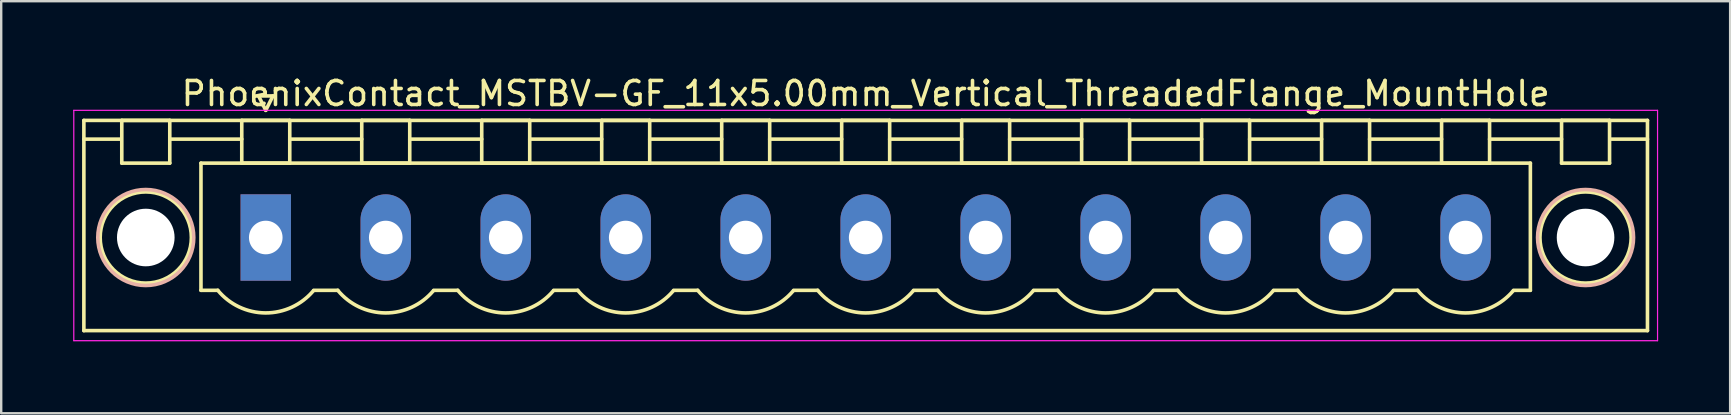
<source format=kicad_pcb>
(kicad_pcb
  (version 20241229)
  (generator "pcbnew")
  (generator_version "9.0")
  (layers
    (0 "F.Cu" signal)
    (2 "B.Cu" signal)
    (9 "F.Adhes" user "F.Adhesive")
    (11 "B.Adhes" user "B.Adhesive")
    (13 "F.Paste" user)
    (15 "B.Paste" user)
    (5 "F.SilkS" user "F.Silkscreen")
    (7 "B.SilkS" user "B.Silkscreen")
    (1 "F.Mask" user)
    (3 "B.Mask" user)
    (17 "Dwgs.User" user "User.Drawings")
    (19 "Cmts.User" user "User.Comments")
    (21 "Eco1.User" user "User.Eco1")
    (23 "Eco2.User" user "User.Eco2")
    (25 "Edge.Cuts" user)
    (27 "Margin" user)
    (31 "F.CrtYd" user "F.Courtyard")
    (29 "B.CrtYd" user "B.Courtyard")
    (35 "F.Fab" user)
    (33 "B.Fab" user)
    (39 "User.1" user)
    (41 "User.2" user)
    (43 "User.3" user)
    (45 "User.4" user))
  (footprint "PhoenixContact_MSTBV-GF_11x5.00mm_Vertical_ThreadedFlange_MountHole"
    (layer "F.Cu")
    (at 8.025 6.848)
    (property "Reference" "PhoenixContact_MSTBV-GF_11x5.00mm_Vertical_ThreadedFlange_MountHole" (at 25 -6 0) (layer "F.SilkS") (effects (font (size 1 1) (thickness 0.15))))
    (attr through_hole)
    (fp_line (start -7.58 -4.88) (end -7.58 3.88) (stroke (width 0.15) (type solid)) (layer "F.SilkS"))
    (fp_line (start -7.58 -4.1) (end -6.08 -4.1) (stroke (width 0.15) (type solid)) (layer "F.SilkS"))
    (fp_line (start -7.58 3.88) (end 57.58 3.88) (stroke (width 0.15) (type solid)) (layer "F.SilkS"))
    (fp_line (start -6 -4.88) (end -4 -4.88) (stroke (width 0.15) (type solid)) (layer "F.SilkS"))
    (fp_line (start -6 -3.1) (end -6 -4.88) (stroke (width 0.15) (type solid)) (layer "F.SilkS"))
    (fp_line (start -4 -4.88) (end -4 -3.1) (stroke (width 0.15) (type solid)) (layer "F.SilkS"))
    (fp_line (start -4 -4.1) (end -1 -4.1) (stroke (width 0.15) (type solid)) (layer "F.SilkS"))
    (fp_line (start -4 -3.1) (end -6 -3.1) (stroke (width 0.15) (type solid)) (layer "F.SilkS"))
    (fp_line (start -2.7 -3.1) (end 52.7 -3.1) (stroke (width 0.15) (type solid)) (layer "F.SilkS"))
    (fp_line (start -2.7 2.2) (end -2.7 -3.1) (stroke (width 0.15) (type solid)) (layer "F.SilkS"))
    (fp_line (start -2 2.2) (end -2.7 2.2) (stroke (width 0.15) (type solid)) (layer "F.SilkS"))
    (fp_line (start -1 -4.88) (end 1 -4.88) (stroke (width 0.15) (type solid)) (layer "F.SilkS"))
    (fp_line (start -1 -3.1) (end -1 -4.88) (stroke (width 0.15) (type solid)) (layer "F.SilkS"))
    (fp_line (start -0.3 -5.9) (end 0 -5.3) (stroke (width 0.15) (type solid)) (layer "F.SilkS"))
    (fp_line (start 0 -5.3) (end 0.3 -5.9) (stroke (width 0.15) (type solid)) (layer "F.SilkS"))
    (fp_line (start 0.3 -5.9) (end -0.3 -5.9) (stroke (width 0.15) (type solid)) (layer "F.SilkS"))
    (fp_line (start 1 -4.88) (end 1 -3.1) (stroke (width 0.15) (type solid)) (layer "F.SilkS"))
    (fp_line (start 1 -4.1) (end 4 -4.1) (stroke (width 0.15) (type solid)) (layer "F.SilkS"))
    (fp_line (start 1 -3.1) (end -1 -3.1) (stroke (width 0.15) (type solid)) (layer "F.SilkS"))
    (fp_line (start 2 2.2) (end 3 2.2) (stroke (width 0.15) (type solid)) (layer "F.SilkS"))
    (fp_line (start 4 -4.88) (end 6 -4.88) (stroke (width 0.15) (type solid)) (layer "F.SilkS"))
    (fp_line (start 4 -3.1) (end 4 -4.88) (stroke (width 0.15) (type solid)) (layer "F.SilkS"))
    (fp_line (start 6 -4.88) (end 6 -3.1) (stroke (width 0.15) (type solid)) (layer "F.SilkS"))
    (fp_line (start 6 -4.1) (end 9 -4.1) (stroke (width 0.15) (type solid)) (layer "F.SilkS"))
    (fp_line (start 6 -3.1) (end 4 -3.1) (stroke (width 0.15) (type solid)) (layer "F.SilkS"))
    (fp_line (start 7 2.2) (end 8 2.2) (stroke (width 0.15) (type solid)) (layer "F.SilkS"))
    (fp_line (start 9 -4.88) (end 11 -4.88) (stroke (width 0.15) (type solid)) (layer "F.SilkS"))
    (fp_line (start 9 -3.1) (end 9 -4.88) (stroke (width 0.15) (type solid)) (layer "F.SilkS"))
    (fp_line (start 11 -4.88) (end 11 -3.1) (stroke (width 0.15) (type solid)) (layer "F.SilkS"))
    (fp_line (start 11 -4.1) (end 14 -4.1) (stroke (width 0.15) (type solid)) (layer "F.SilkS"))
    (fp_line (start 11 -3.1) (end 9 -3.1) (stroke (width 0.15) (type solid)) (layer "F.SilkS"))
    (fp_line (start 12 2.2) (end 13 2.2) (stroke (width 0.15) (type solid)) (layer "F.SilkS"))
    (fp_line (start 14 -4.88) (end 16 -4.88) (stroke (width 0.15) (type solid)) (layer "F.SilkS"))
    (fp_line (start 14 -3.1) (end 14 -4.88) (stroke (width 0.15) (type solid)) (layer "F.SilkS"))
    (fp_line (start 16 -4.88) (end 16 -3.1) (stroke (width 0.15) (type solid)) (layer "F.SilkS"))
    (fp_line (start 16 -4.1) (end 19 -4.1) (stroke (width 0.15) (type solid)) (layer "F.SilkS"))
    (fp_line (start 16 -3.1) (end 14 -3.1) (stroke (width 0.15) (type solid)) (layer "F.SilkS"))
    (fp_line (start 17 2.2) (end 18 2.2) (stroke (width 0.15) (type solid)) (layer "F.SilkS"))
    (fp_line (start 19 -4.88) (end 21 -4.88) (stroke (width 0.15) (type solid)) (layer "F.SilkS"))
    (fp_line (start 19 -3.1) (end 19 -4.88) (stroke (width 0.15) (type solid)) (layer "F.SilkS"))
    (fp_line (start 21 -4.88) (end 21 -3.1) (stroke (width 0.15) (type solid)) (layer "F.SilkS"))
    (fp_line (start 21 -4.1) (end 24 -4.1) (stroke (width 0.15) (type solid)) (layer "F.SilkS"))
    (fp_line (start 21 -3.1) (end 19 -3.1) (stroke (width 0.15) (type solid)) (layer "F.SilkS"))
    (fp_line (start 22 2.2) (end 23 2.2) (stroke (width 0.15) (type solid)) (layer "F.SilkS"))
    (fp_line (start 24 -4.88) (end 26 -4.88) (stroke (width 0.15) (type solid)) (layer "F.SilkS"))
    (fp_line (start 24 -3.1) (end 24 -4.88) (stroke (width 0.15) (type solid)) (layer "F.SilkS"))
    (fp_line (start 26 -4.88) (end 26 -3.1) (stroke (width 0.15) (type solid)) (layer "F.SilkS"))
    (fp_line (start 26 -4.1) (end 29 -4.1) (stroke (width 0.15) (type solid)) (layer "F.SilkS"))
    (fp_line (start 26 -3.1) (end 24 -3.1) (stroke (width 0.15) (type solid)) (layer "F.SilkS"))
    (fp_line (start 27 2.2) (end 28 2.2) (stroke (width 0.15) (type solid)) (layer "F.SilkS"))
    (fp_line (start 29 -4.88) (end 31 -4.88) (stroke (width 0.15) (type solid)) (layer "F.SilkS"))
    (fp_line (start 29 -3.1) (end 29 -4.88) (stroke (width 0.15) (type solid)) (layer "F.SilkS"))
    (fp_line (start 31 -4.88) (end 31 -3.1) (stroke (width 0.15) (type solid)) (layer "F.SilkS"))
    (fp_line (start 31 -4.1) (end 34 -4.1) (stroke (width 0.15) (type solid)) (layer "F.SilkS"))
    (fp_line (start 31 -3.1) (end 29 -3.1) (stroke (width 0.15) (type solid)) (layer "F.SilkS"))
    (fp_line (start 32 2.2) (end 33 2.2) (stroke (width 0.15) (type solid)) (layer "F.SilkS"))
    (fp_line (start 34 -4.88) (end 36 -4.88) (stroke (width 0.15) (type solid)) (layer "F.SilkS"))
    (fp_line (start 34 -3.1) (end 34 -4.88) (stroke (width 0.15) (type solid)) (layer "F.SilkS"))
    (fp_line (start 36 -4.88) (end 36 -3.1) (stroke (width 0.15) (type solid)) (layer "F.SilkS"))
    (fp_line (start 36 -4.1) (end 39 -4.1) (stroke (width 0.15) (type solid)) (layer "F.SilkS"))
    (fp_line (start 36 -3.1) (end 34 -3.1) (stroke (width 0.15) (type solid)) (layer "F.SilkS"))
    (fp_line (start 37 2.2) (end 38 2.2) (stroke (width 0.15) (type solid)) (layer "F.SilkS"))
    (fp_line (start 39 -4.88) (end 41 -4.88) (stroke (width 0.15) (type solid)) (layer "F.SilkS"))
    (fp_line (start 39 -3.1) (end 39 -4.88) (stroke (width 0.15) (type solid)) (layer "F.SilkS"))
    (fp_line (start 41 -4.88) (end 41 -3.1) (stroke (width 0.15) (type solid)) (layer "F.SilkS"))
    (fp_line (start 41 -4.1) (end 44 -4.1) (stroke (width 0.15) (type solid)) (layer "F.SilkS"))
    (fp_line (start 41 -3.1) (end 39 -3.1) (stroke (width 0.15) (type solid)) (layer "F.SilkS"))
    (fp_line (start 42 2.2) (end 43 2.2) (stroke (width 0.15) (type solid)) (layer "F.SilkS"))
    (fp_line (start 44 -4.88) (end 46 -4.88) (stroke (width 0.15) (type solid)) (layer "F.SilkS"))
    (fp_line (start 44 -3.1) (end 44 -4.88) (stroke (width 0.15) (type solid)) (layer "F.SilkS"))
    (fp_line (start 46 -4.88) (end 46 -3.1) (stroke (width 0.15) (type solid)) (layer "F.SilkS"))
    (fp_line (start 46 -4.1) (end 49 -4.1) (stroke (width 0.15) (type solid)) (layer "F.SilkS"))
    (fp_line (start 46 -3.1) (end 44 -3.1) (stroke (width 0.15) (type solid)) (layer "F.SilkS"))
    (fp_line (start 47 2.2) (end 48 2.2) (stroke (width 0.15) (type solid)) (layer "F.SilkS"))
    (fp_line (start 49 -4.88) (end 51 -4.88) (stroke (width 0.15) (type solid)) (layer "F.SilkS"))
    (fp_line (start 49 -3.1) (end 49 -4.88) (stroke (width 0.15) (type solid)) (layer "F.SilkS"))
    (fp_line (start 51 -4.88) (end 51 -3.1) (stroke (width 0.15) (type solid)) (layer "F.SilkS"))
    (fp_line (start 51 -4.1) (end 54 -4.1) (stroke (width 0.15) (type solid)) (layer "F.SilkS"))
    (fp_line (start 51 -3.1) (end 49 -3.1) (stroke (width 0.15) (type solid)) (layer "F.SilkS"))
    (fp_line (start 52.7 -3.1) (end 52.7 2.2) (stroke (width 0.15) (type solid)) (layer "F.SilkS"))
    (fp_line (start 52.7 2.2) (end 52 2.2) (stroke (width 0.15) (type solid)) (layer "F.SilkS"))
    (fp_line (start 54 -4.88) (end 56 -4.88) (stroke (width 0.15) (type solid)) (layer "F.SilkS"))
    (fp_line (start 54 -3.1) (end 54 -4.88) (stroke (width 0.15) (type solid)) (layer "F.SilkS"))
    (fp_line (start 56 -4.88) (end 56 -3.1) (stroke (width 0.15) (type solid)) (layer "F.SilkS"))
    (fp_line (start 56 -3.1) (end 54 -3.1) (stroke (width 0.15) (type solid)) (layer "F.SilkS"))
    (fp_line (start 57.58 -4.88) (end -7.58 -4.88) (stroke (width 0.15) (type solid)) (layer "F.SilkS"))
    (fp_line (start 57.58 -4.1) (end 56.08 -4.1) (stroke (width 0.15) (type solid)) (layer "F.SilkS"))
    (fp_line (start 57.58 3.88) (end 57.58 -4.88) (stroke (width 0.15) (type solid)) (layer "F.SilkS"))
    (fp_arc (start 1.986842 2.215821) (mid -0.010289 3.142758) (end -2 2.2) (stroke (width 0.15) (type solid)) (layer "F.SilkS"))
    (fp_arc (start 6.986842 2.215821) (mid 4.989711 3.142758) (end 3 2.2) (stroke (width 0.15) (type solid)) (layer "F.SilkS"))
    (fp_arc (start 11.986842 2.215821) (mid 9.989711 3.142758) (end 8 2.2) (stroke (width 0.15) (type solid)) (layer "F.SilkS"))
    (fp_arc (start 16.986842 2.215821) (mid 14.989711 3.142758) (end 13 2.2) (stroke (width 0.15) (type solid)) (layer "F.SilkS"))
    (fp_arc (start 21.986842 2.215821) (mid 19.989711 3.142758) (end 18 2.2) (stroke (width 0.15) (type solid)) (layer "F.SilkS"))
    (fp_arc (start 26.986842 2.215821) (mid 24.989711 3.142758) (end 23 2.2) (stroke (width 0.15) (type solid)) (layer "F.SilkS"))
    (fp_arc (start 31.986842 2.215821) (mid 29.989711 3.142758) (end 28 2.2) (stroke (width 0.15) (type solid)) (layer "F.SilkS"))
    (fp_arc (start 36.986842 2.215821) (mid 34.989711 3.142758) (end 33 2.2) (stroke (width 0.15) (type solid)) (layer "F.SilkS"))
    (fp_arc (start 41.986842 2.215821) (mid 39.989711 3.142758) (end 38 2.2) (stroke (width 0.15) (type solid)) (layer "F.SilkS"))
    (fp_arc (start 46.986842 2.215821) (mid 44.989711 3.142758) (end 43 2.2) (stroke (width 0.15) (type solid)) (layer "F.SilkS"))
    (fp_arc (start 51.986842 2.215821) (mid 49.989711 3.142758) (end 48 2.2) (stroke (width 0.15) (type solid)) (layer "F.SilkS"))
    (fp_circle (center -5 0) (end -3.1 0) (stroke (width 0.15) (type solid)) (fill no) (layer "F.SilkS"))
    (fp_circle (center 55 0) (end 56.9 0) (stroke (width 0.15) (type solid)) (fill no) (layer "F.SilkS"))
    (fp_circle (center -5 0) (end -3 0) (stroke (width 0.15) (type solid)) (fill no) (layer "B.SilkS"))
    (fp_circle (center 55 0) (end 57 0) (stroke (width 0.15) (type solid)) (fill no) (layer "B.SilkS"))
    (fp_line (start -8 -5.3) (end -8 4.3) (stroke (width 0.05) (type solid)) (layer "F.CrtYd"))
    (fp_line (start -8 4.3) (end 58 4.3) (stroke (width 0.05) (type solid)) (layer "F.CrtYd"))
    (fp_line (start 58 -5.3) (end -8 -5.3) (stroke (width 0.05) (type solid)) (layer "F.CrtYd"))
    (fp_line (start 58 4.3) (end 58 -5.3) (stroke (width 0.05) (type solid)) (layer "F.CrtYd"))
    (pad "" np_thru_hole circle (at -5 0) (size 2.4 2.4) (drill 2.4) (layers "*.Cu" "*.Mask"))
    (pad "" np_thru_hole circle (at 55 0) (size 2.4 2.4) (drill 2.4) (layers "*.Cu" "*.Mask"))
    (pad "1" thru_hole rect (at 0 0) (size 2.1 3.6) (drill 1.4) (layers "*.Cu" "*.Mask"))
    (pad "2" thru_hole oval (at 5 0) (size 2.1 3.6) (drill 1.4) (layers "*.Cu" "*.Mask"))
    (pad "3" thru_hole oval (at 10 0) (size 2.1 3.6) (drill 1.4) (layers "*.Cu" "*.Mask"))
    (pad "4" thru_hole oval (at 15 0) (size 2.1 3.6) (drill 1.4) (layers "*.Cu" "*.Mask"))
    (pad "5" thru_hole oval (at 20 0) (size 2.1 3.6) (drill 1.4) (layers "*.Cu" "*.Mask"))
    (pad "6" thru_hole oval (at 25 0) (size 2.1 3.6) (drill 1.4) (layers "*.Cu" "*.Mask"))
    (pad "7" thru_hole oval (at 30 0) (size 2.1 3.6) (drill 1.4) (layers "*.Cu" "*.Mask"))
    (pad "8" thru_hole oval (at 35 0) (size 2.1 3.6) (drill 1.4) (layers "*.Cu" "*.Mask"))
    (pad "9" thru_hole oval (at 40 0) (size 2.1 3.6) (drill 1.4) (layers "*.Cu" "*.Mask"))
    (pad "10" thru_hole oval (at 45 0) (size 2.1 3.6) (drill 1.4) (layers "*.Cu" "*.Mask"))
    (pad "11" thru_hole oval (at 50 0) (size 2.1 3.6) (drill 1.4) (layers "*.Cu" "*.Mask")))
  (gr_rect
    (start -3 -3)
    (end 69.05 14.173)
    (stroke (width 0.1) (type default))
    (fill no)
    (layer "Edge.Cuts")))
</source>
